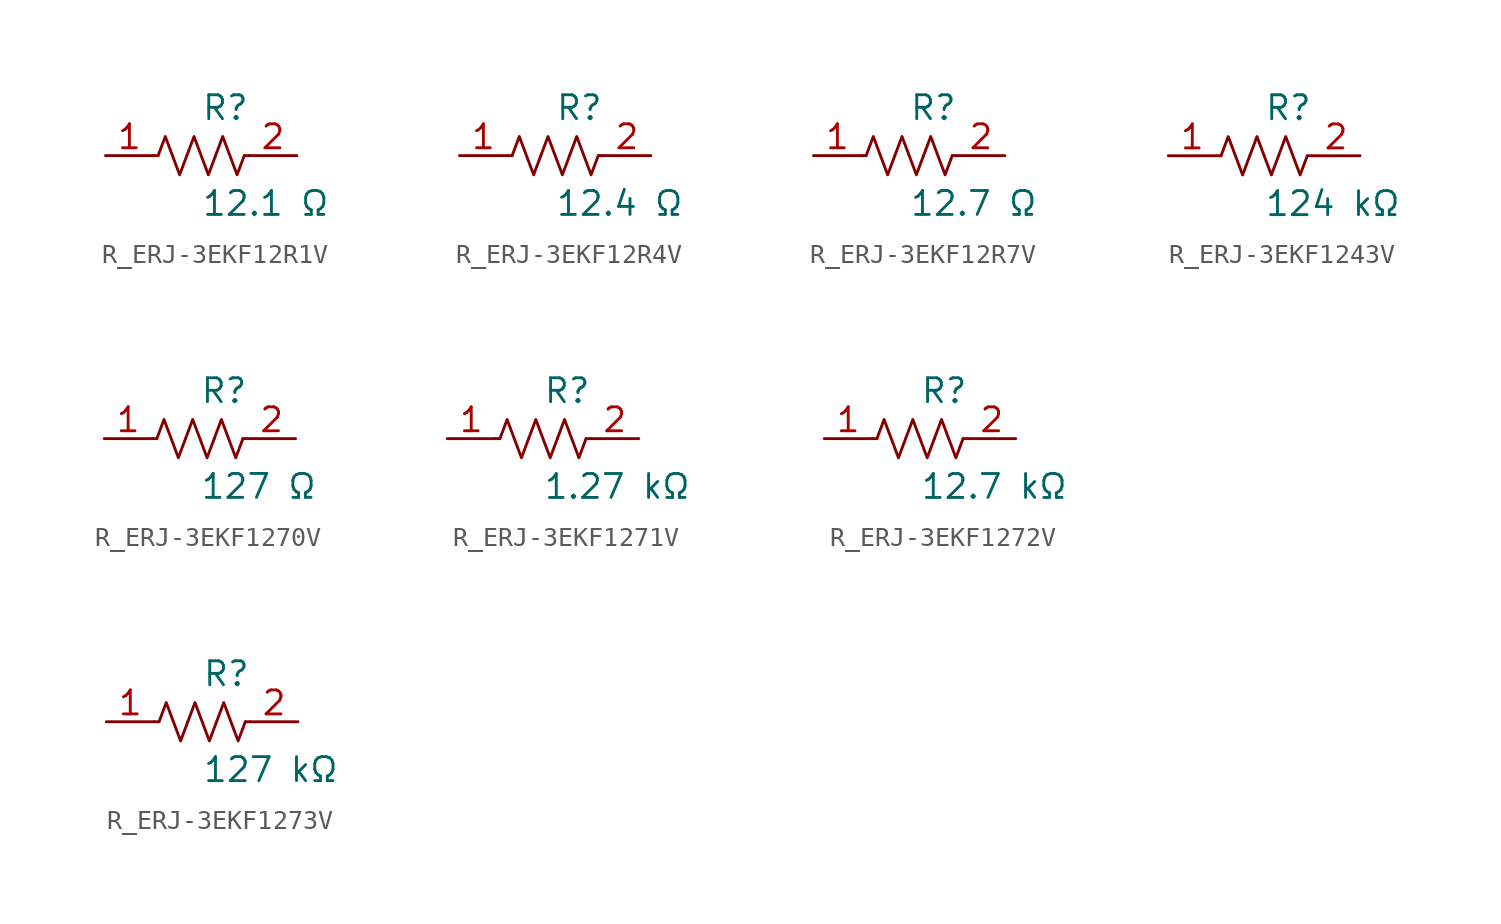
<source format=kicad_sym>
(kicad_symbol_lib
  (version 20231120)
  (generator "kicad_symbol_editor")
  (generator_version "8.0")
  (symbol "R_ERJ-3EKF12R1V"
    (pin_names
      (offset 0.254))
    (property "Reference" "R"
      (at 0 2.54 0)
      (effects (font (size 1.27 1.27)) (justify left)))
    (property "Value" "12.1 Ω"
      (at 0 -2.54 0)
      (effects (font (size 1.27 1.27)) (justify left)))
    (symbol "R_ERJ-3EKF12R1V_0_1"
      (polyline (pts (xy 2.286 0) (xy 2.54 0)) (stroke (width 0) (type default)) (fill (type none)))
      (polyline (pts (xy -2.286 0) (xy -2.54 0)) (stroke (width 0) (type default)) (fill (type none)))
      (polyline (pts (xy 0.762 0) (xy 1.143 1.016) (xy 1.524 0) (xy 1.905 -1.016) (xy 2.286 0)) (stroke (width 0) (type default)) (fill (type none)))
      (polyline (pts (xy -0.762 0) (xy -0.381 1.016) (xy 0 0) (xy 0.381 -1.016) (xy 0.762 0)) (stroke (width 0) (type default)) (fill (type none)))
      (polyline (pts (xy -2.286 0) (xy -1.905 1.016) (xy -1.524 0) (xy -1.143 -1.016) (xy -0.762 0)) (stroke (width 0) (type default)) (fill (type none))))
    (pin unspecified line
      (at -5.08 0 0)
      (length 2.54)
      (name "" (effects (font (size 1.27 1.27))))
      (number "1" (effects (font (size 1.27 1.27)))))
    (pin unspecified line
      (at 5.08 0 180)
      (length 2.54)
      (name "" (effects (font (size 1.27 1.27))))
      (number "2" (effects (font (size 1.27 1.27))))))
  (symbol "R_ERJ-3EKF12R4V"
    (pin_names
      (offset 0.254))
    (property "Reference" "R"
      (at 0 2.54 0)
      (effects (font (size 1.27 1.27)) (justify left)))
    (property "Value" "12.4 Ω"
      (at 0 -2.54 0)
      (effects (font (size 1.27 1.27)) (justify left)))
    (symbol "R_ERJ-3EKF12R4V_0_1"
      (polyline (pts (xy 2.286 0) (xy 2.54 0)) (stroke (width 0) (type default)) (fill (type none)))
      (polyline (pts (xy -2.286 0) (xy -2.54 0)) (stroke (width 0) (type default)) (fill (type none)))
      (polyline (pts (xy 0.762 0) (xy 1.143 1.016) (xy 1.524 0) (xy 1.905 -1.016) (xy 2.286 0)) (stroke (width 0) (type default)) (fill (type none)))
      (polyline (pts (xy -0.762 0) (xy -0.381 1.016) (xy 0 0) (xy 0.381 -1.016) (xy 0.762 0)) (stroke (width 0) (type default)) (fill (type none)))
      (polyline (pts (xy -2.286 0) (xy -1.905 1.016) (xy -1.524 0) (xy -1.143 -1.016) (xy -0.762 0)) (stroke (width 0) (type default)) (fill (type none))))
    (pin unspecified line
      (at -5.08 0 0)
      (length 2.54)
      (name "" (effects (font (size 1.27 1.27))))
      (number "1" (effects (font (size 1.27 1.27)))))
    (pin unspecified line
      (at 5.08 0 180)
      (length 2.54)
      (name "" (effects (font (size 1.27 1.27))))
      (number "2" (effects (font (size 1.27 1.27))))))
  (symbol "R_ERJ-3EKF12R7V"
    (pin_names
      (offset 0.254))
    (property "Reference" "R"
      (at 0 2.54 0)
      (effects (font (size 1.27 1.27)) (justify left)))
    (property "Value" "12.7 Ω"
      (at 0 -2.54 0)
      (effects (font (size 1.27 1.27)) (justify left)))
    (symbol "R_ERJ-3EKF12R7V_0_1"
      (polyline (pts (xy 2.286 0) (xy 2.54 0)) (stroke (width 0) (type default)) (fill (type none)))
      (polyline (pts (xy -2.286 0) (xy -2.54 0)) (stroke (width 0) (type default)) (fill (type none)))
      (polyline (pts (xy 0.762 0) (xy 1.143 1.016) (xy 1.524 0) (xy 1.905 -1.016) (xy 2.286 0)) (stroke (width 0) (type default)) (fill (type none)))
      (polyline (pts (xy -0.762 0) (xy -0.381 1.016) (xy 0 0) (xy 0.381 -1.016) (xy 0.762 0)) (stroke (width 0) (type default)) (fill (type none)))
      (polyline (pts (xy -2.286 0) (xy -1.905 1.016) (xy -1.524 0) (xy -1.143 -1.016) (xy -0.762 0)) (stroke (width 0) (type default)) (fill (type none))))
    (pin unspecified line
      (at -5.08 0 0)
      (length 2.54)
      (name "" (effects (font (size 1.27 1.27))))
      (number "1" (effects (font (size 1.27 1.27)))))
    (pin unspecified line
      (at 5.08 0 180)
      (length 2.54)
      (name "" (effects (font (size 1.27 1.27))))
      (number "2" (effects (font (size 1.27 1.27))))))
  (symbol "R_ERJ-3EKF1243V"
    (pin_names
      (offset 0.254))
    (property "Reference" "R"
      (at 0 2.54 0)
      (effects (font (size 1.27 1.27)) (justify left)))
    (property "Value" "124 kΩ"
      (at 0 -2.54 0)
      (effects (font (size 1.27 1.27)) (justify left)))
    (symbol "R_ERJ-3EKF1243V_0_1"
      (polyline (pts (xy 2.286 0) (xy 2.54 0)) (stroke (width 0) (type default)) (fill (type none)))
      (polyline (pts (xy -2.286 0) (xy -2.54 0)) (stroke (width 0) (type default)) (fill (type none)))
      (polyline (pts (xy 0.762 0) (xy 1.143 1.016) (xy 1.524 0) (xy 1.905 -1.016) (xy 2.286 0)) (stroke (width 0) (type default)) (fill (type none)))
      (polyline (pts (xy -0.762 0) (xy -0.381 1.016) (xy 0 0) (xy 0.381 -1.016) (xy 0.762 0)) (stroke (width 0) (type default)) (fill (type none)))
      (polyline (pts (xy -2.286 0) (xy -1.905 1.016) (xy -1.524 0) (xy -1.143 -1.016) (xy -0.762 0)) (stroke (width 0) (type default)) (fill (type none))))
    (pin unspecified line
      (at -5.08 0 0)
      (length 2.54)
      (name "" (effects (font (size 1.27 1.27))))
      (number "1" (effects (font (size 1.27 1.27)))))
    (pin unspecified line
      (at 5.08 0 180)
      (length 2.54)
      (name "" (effects (font (size 1.27 1.27))))
      (number "2" (effects (font (size 1.27 1.27))))))
  (symbol "R_ERJ-3EKF1270V"
    (pin_names
      (offset 0.254))
    (property "Reference" "R"
      (at 0 2.54 0)
      (effects (font (size 1.27 1.27)) (justify left)))
    (property "Value" "127 Ω"
      (at 0 -2.54 0)
      (effects (font (size 1.27 1.27)) (justify left)))
    (symbol "R_ERJ-3EKF1270V_0_1"
      (polyline (pts (xy 2.286 0) (xy 2.54 0)) (stroke (width 0) (type default)) (fill (type none)))
      (polyline (pts (xy -2.286 0) (xy -2.54 0)) (stroke (width 0) (type default)) (fill (type none)))
      (polyline (pts (xy 0.762 0) (xy 1.143 1.016) (xy 1.524 0) (xy 1.905 -1.016) (xy 2.286 0)) (stroke (width 0) (type default)) (fill (type none)))
      (polyline (pts (xy -0.762 0) (xy -0.381 1.016) (xy 0 0) (xy 0.381 -1.016) (xy 0.762 0)) (stroke (width 0) (type default)) (fill (type none)))
      (polyline (pts (xy -2.286 0) (xy -1.905 1.016) (xy -1.524 0) (xy -1.143 -1.016) (xy -0.762 0)) (stroke (width 0) (type default)) (fill (type none))))
    (pin unspecified line
      (at -5.08 0 0)
      (length 2.54)
      (name "" (effects (font (size 1.27 1.27))))
      (number "1" (effects (font (size 1.27 1.27)))))
    (pin unspecified line
      (at 5.08 0 180)
      (length 2.54)
      (name "" (effects (font (size 1.27 1.27))))
      (number "2" (effects (font (size 1.27 1.27))))))
  (symbol "R_ERJ-3EKF1271V"
    (pin_names
      (offset 0.254))
    (property "Reference" "R"
      (at 0 2.54 0)
      (effects (font (size 1.27 1.27)) (justify left)))
    (property "Value" "1.27 kΩ"
      (at 0 -2.54 0)
      (effects (font (size 1.27 1.27)) (justify left)))
    (symbol "R_ERJ-3EKF1271V_0_1"
      (polyline (pts (xy 2.286 0) (xy 2.54 0)) (stroke (width 0) (type default)) (fill (type none)))
      (polyline (pts (xy -2.286 0) (xy -2.54 0)) (stroke (width 0) (type default)) (fill (type none)))
      (polyline (pts (xy 0.762 0) (xy 1.143 1.016) (xy 1.524 0) (xy 1.905 -1.016) (xy 2.286 0)) (stroke (width 0) (type default)) (fill (type none)))
      (polyline (pts (xy -0.762 0) (xy -0.381 1.016) (xy 0 0) (xy 0.381 -1.016) (xy 0.762 0)) (stroke (width 0) (type default)) (fill (type none)))
      (polyline (pts (xy -2.286 0) (xy -1.905 1.016) (xy -1.524 0) (xy -1.143 -1.016) (xy -0.762 0)) (stroke (width 0) (type default)) (fill (type none))))
    (pin unspecified line
      (at -5.08 0 0)
      (length 2.54)
      (name "" (effects (font (size 1.27 1.27))))
      (number "1" (effects (font (size 1.27 1.27)))))
    (pin unspecified line
      (at 5.08 0 180)
      (length 2.54)
      (name "" (effects (font (size 1.27 1.27))))
      (number "2" (effects (font (size 1.27 1.27))))))
  (symbol "R_ERJ-3EKF1272V"
    (pin_names
      (offset 0.254))
    (property "Reference" "R"
      (at 0 2.54 0)
      (effects (font (size 1.27 1.27)) (justify left)))
    (property "Value" "12.7 kΩ"
      (at 0 -2.54 0)
      (effects (font (size 1.27 1.27)) (justify left)))
    (symbol "R_ERJ-3EKF1272V_0_1"
      (polyline (pts (xy 2.286 0) (xy 2.54 0)) (stroke (width 0) (type default)) (fill (type none)))
      (polyline (pts (xy -2.286 0) (xy -2.54 0)) (stroke (width 0) (type default)) (fill (type none)))
      (polyline (pts (xy 0.762 0) (xy 1.143 1.016) (xy 1.524 0) (xy 1.905 -1.016) (xy 2.286 0)) (stroke (width 0) (type default)) (fill (type none)))
      (polyline (pts (xy -0.762 0) (xy -0.381 1.016) (xy 0 0) (xy 0.381 -1.016) (xy 0.762 0)) (stroke (width 0) (type default)) (fill (type none)))
      (polyline (pts (xy -2.286 0) (xy -1.905 1.016) (xy -1.524 0) (xy -1.143 -1.016) (xy -0.762 0)) (stroke (width 0) (type default)) (fill (type none))))
    (pin unspecified line
      (at -5.08 0 0)
      (length 2.54)
      (name "" (effects (font (size 1.27 1.27))))
      (number "1" (effects (font (size 1.27 1.27)))))
    (pin unspecified line
      (at 5.08 0 180)
      (length 2.54)
      (name "" (effects (font (size 1.27 1.27))))
      (number "2" (effects (font (size 1.27 1.27))))))
  (symbol "R_ERJ-3EKF1273V"
    (pin_names
      (offset 0.254))
    (property "Reference" "R"
      (at 0 2.54 0)
      (effects (font (size 1.27 1.27)) (justify left)))
    (property "Value" "127 kΩ"
      (at 0 -2.54 0)
      (effects (font (size 1.27 1.27)) (justify left)))
    (symbol "R_ERJ-3EKF1273V_0_1"
      (polyline (pts (xy 2.286 0) (xy 2.54 0)) (stroke (width 0) (type default)) (fill (type none)))
      (polyline (pts (xy -2.286 0) (xy -2.54 0)) (stroke (width 0) (type default)) (fill (type none)))
      (polyline (pts (xy 0.762 0) (xy 1.143 1.016) (xy 1.524 0) (xy 1.905 -1.016) (xy 2.286 0)) (stroke (width 0) (type default)) (fill (type none)))
      (polyline (pts (xy -0.762 0) (xy -0.381 1.016) (xy 0 0) (xy 0.381 -1.016) (xy 0.762 0)) (stroke (width 0) (type default)) (fill (type none)))
      (polyline (pts (xy -2.286 0) (xy -1.905 1.016) (xy -1.524 0) (xy -1.143 -1.016) (xy -0.762 0)) (stroke (width 0) (type default)) (fill (type none))))
    (pin unspecified line
      (at -5.08 0 0)
      (length 2.54)
      (name "" (effects (font (size 1.27 1.27))))
      (number "1" (effects (font (size 1.27 1.27)))))
    (pin unspecified line
      (at 5.08 0 180)
      (length 2.54)
      (name "" (effects (font (size 1.27 1.27))))
      (number "2" (effects (font (size 1.27 1.27)))))))
</source>
